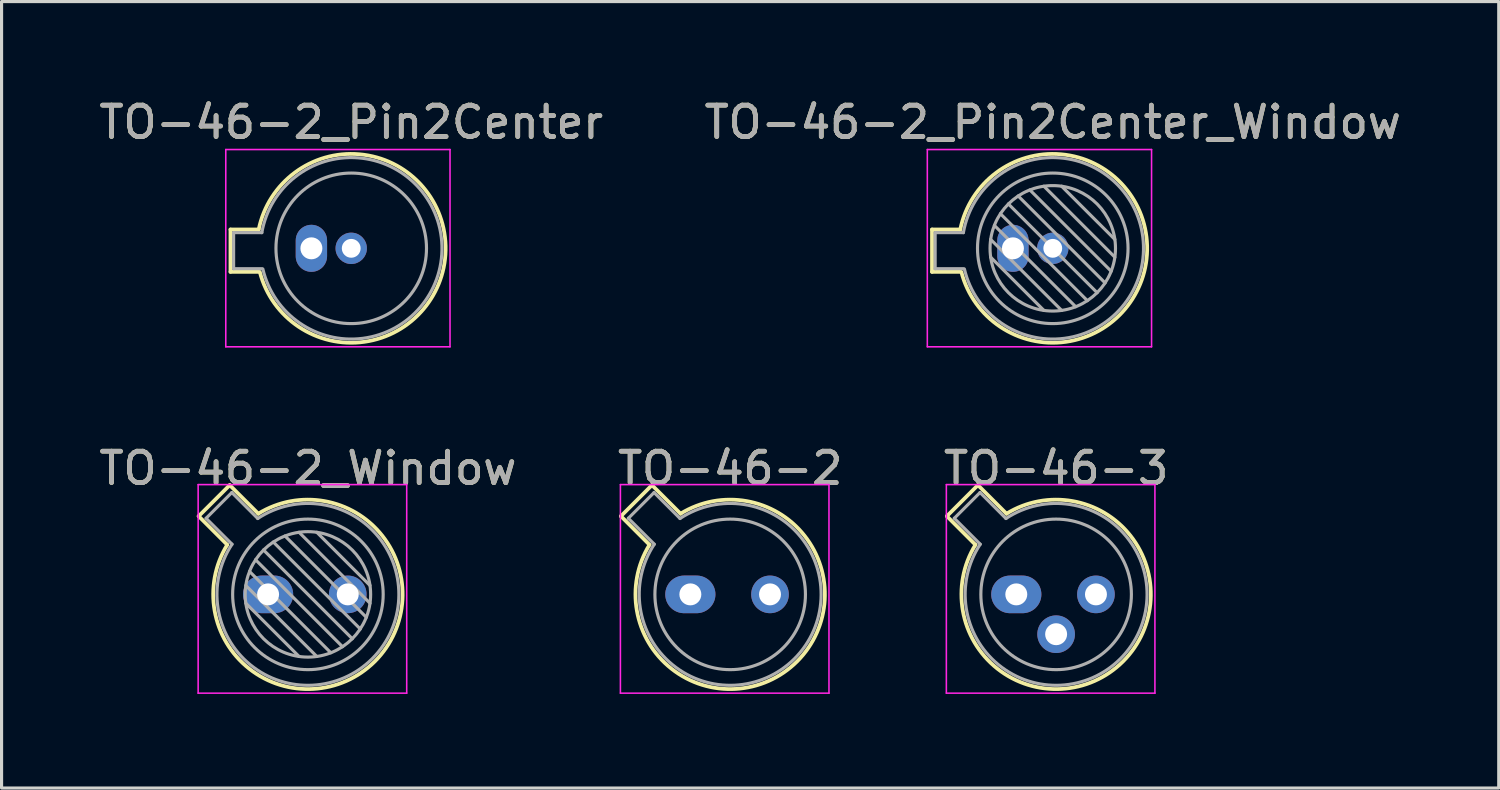
<source format=kicad_pcb>
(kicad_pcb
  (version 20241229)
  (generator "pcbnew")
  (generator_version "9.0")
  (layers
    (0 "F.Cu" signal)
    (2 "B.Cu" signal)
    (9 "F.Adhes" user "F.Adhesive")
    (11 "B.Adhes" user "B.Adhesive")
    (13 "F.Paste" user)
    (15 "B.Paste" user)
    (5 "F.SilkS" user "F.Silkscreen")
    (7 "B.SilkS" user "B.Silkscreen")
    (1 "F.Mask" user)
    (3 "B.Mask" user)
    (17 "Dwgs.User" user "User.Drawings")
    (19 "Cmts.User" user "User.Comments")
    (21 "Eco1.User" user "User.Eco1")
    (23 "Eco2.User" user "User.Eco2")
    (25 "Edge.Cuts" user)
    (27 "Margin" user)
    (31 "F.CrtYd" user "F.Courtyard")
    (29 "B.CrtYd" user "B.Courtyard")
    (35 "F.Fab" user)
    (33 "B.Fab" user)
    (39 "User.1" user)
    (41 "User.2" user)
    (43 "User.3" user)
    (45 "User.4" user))
  (footprint "TO-46-2"
    (layer "F.Cu")
    (at 18.962 15.902)
    (property "Reference" "TO-46-2" (at 1.27 -4.02 0) (layer "F.SilkS") (effects (font (size 1 1) (thickness 0.15))))
    (attr through_hole)
    (fp_line (start -2.214 -2.494) (end -1.302 -1.582) (stroke (width 0.12) (type solid)) (layer "F.SilkS"))
    (fp_line (start -1.224 -3.484) (end -2.214 -2.494) (stroke (width 0.12) (type solid)) (layer "F.SilkS"))
    (fp_line (start -0.312 -2.572) (end -1.224 -3.484) (stroke (width 0.12) (type solid)) (layer "F.SilkS"))
    (fp_arc (start -0.312331 -2.572281) (mid 3.405374 2.135551) (end -1.30215 -1.582544) (stroke (width 0.12) (type solid)) (layer "F.SilkS"))
    (fp_line (start -2.23 -3.5) (end -2.23 3.15) (stroke (width 0.05) (type solid)) (layer "F.CrtYd"))
    (fp_line (start -2.23 3.15) (end 4.42 3.15) (stroke (width 0.05) (type solid)) (layer "F.CrtYd"))
    (fp_line (start 4.42 -3.5) (end -2.23 -3.5) (stroke (width 0.05) (type solid)) (layer "F.CrtYd"))
    (fp_line (start 4.42 3.15) (end 4.42 -3.5) (stroke (width 0.05) (type solid)) (layer "F.CrtYd"))
    (fp_line (start -1.977 -2.426) (end -1.149 -1.599) (stroke (width 0.1) (type solid)) (layer "F.Fab"))
    (fp_line (start -1.156 -3.247) (end -1.977 -2.426) (stroke (width 0.1) (type solid)) (layer "F.Fab"))
    (fp_line (start -0.329 -2.419) (end -1.156 -3.247) (stroke (width 0.1) (type solid)) (layer "F.Fab"))
    (fp_arc (start -0.329057 -2.419301) (mid 3.321076 2.050143) (end -1.150029 -1.597956) (stroke (width 0.1) (type solid)) (layer "F.Fab"))
    (fp_circle (center 1.27 0) (end 3.67 0) (stroke (width 0.1) (type solid)) (fill no) (layer "F.Fab"))
    (fp_text user "${REFERENCE}" (at 1.27 -4.02 0) (layer "F.Fab") (effects (font (size 1 1) (thickness 0.15))))
    (pad "1" thru_hole oval (at 0 0) (size 1.6 1.2) (drill 0.7) (layers "*.Cu" "*.Mask"))
    (pad "2" thru_hole oval (at 2.54 0) (size 1.2 1.2) (drill 0.7) (layers "*.Cu" "*.Mask")))
  (footprint "TO-46-2_Pin2Center_Window"
    (layer "F.Cu")
    (at 29.248 4.868)
    (property "Reference" "TO-46-2_Pin2Center_Window" (at 1.27 -4.02 0) (layer "F.SilkS") (effects (font (size 1 1) (thickness 0.15))))
    (attr through_hole)
    (fp_line (start -2.58 -0.6) (end -2.58 0.75) (stroke (width 0.12) (type solid)) (layer "F.SilkS"))
    (fp_line (start -2.58 0.75) (end -1.68 0.75) (stroke (width 0.12) (type solid)) (layer "F.SilkS"))
    (fp_line (start -1.68 -0.6) (end -2.58 -0.6) (stroke (width 0.12) (type solid)) (layer "F.SilkS"))
    (fp_arc (start -1.68 -0.6) (mid 4.279362 -0.078983) (end -1.644465 0.753918) (stroke (width 0.12) (type solid)) (layer "F.SilkS"))
    (fp_line (start -2.73 -3.15) (end -2.73 3.14) (stroke (width 0.05) (type solid)) (layer "F.CrtYd"))
    (fp_line (start -2.73 -3.15) (end 4.42 -3.15) (stroke (width 0.05) (type solid)) (layer "F.CrtYd"))
    (fp_line (start 4.42 3.14) (end -2.73 3.14) (stroke (width 0.05) (type solid)) (layer "F.CrtYd"))
    (fp_line (start 4.42 3.14) (end 4.42 -3.15) (stroke (width 0.05) (type solid)) (layer "F.CrtYd"))
    (fp_line (start -2.48 -0.5) (end -2.48 0.65) (stroke (width 0.1) (type solid)) (layer "F.Fab"))
    (fp_line (start -2.48 0.65) (end -1.58 0.65) (stroke (width 0.1) (type solid)) (layer "F.Fab"))
    (fp_line (start -1.58 -0.5) (end -2.48 -0.5) (stroke (width 0.1) (type solid)) (layer "F.Fab"))
    (fp_line (start -0.71 -0.283) (end 1.553 1.98) (stroke (width 0.1) (type solid)) (layer "F.Fab"))
    (fp_line (start -0.71 0.283) (end 0.987 1.98) (stroke (width 0.1) (type solid)) (layer "F.Fab"))
    (fp_line (start -0.592 -0.731) (end 2.001 1.862) (stroke (width 0.1) (type solid)) (layer "F.Fab"))
    (fp_line (start -0.399 -1.103) (end 2.373 1.669) (stroke (width 0.1) (type solid)) (layer "F.Fab"))
    (fp_line (start -0.145 -1.415) (end 2.685 1.415) (stroke (width 0.1) (type solid)) (layer "F.Fab"))
    (fp_line (start 0.167 -1.669) (end 2.939 1.103) (stroke (width 0.1) (type solid)) (layer "F.Fab"))
    (fp_line (start 0.539 -1.862) (end 3.132 0.731) (stroke (width 0.1) (type solid)) (layer "F.Fab"))
    (fp_line (start 0.987 -1.98) (end 3.25 0.283) (stroke (width 0.1) (type solid)) (layer "F.Fab"))
    (fp_line (start 1.553 -1.98) (end 3.25 -0.283) (stroke (width 0.1) (type solid)) (layer "F.Fab"))
    (fp_arc (start -1.58 -0.5) (mid 4.1624 -0.08076) (end -1.54766 0.65825) (stroke (width 0.1) (type solid)) (layer "F.Fab"))
    (fp_circle (center 1.27 0) (end 3.27 0) (stroke (width 0.1) (type solid)) (fill no) (layer "F.Fab"))
    (fp_circle (center 1.27 0) (end 3.67 0) (stroke (width 0.1) (type solid)) (fill no) (layer "F.Fab"))
    (fp_text user "${REFERENCE}" (at 1.27 -4.02 0) (layer "F.Fab") (effects (font (size 1 1) (thickness 0.15))))
    (pad "1" thru_hole oval (at 0 0 90) (size 1.5 1) (drill 0.7) (layers "*.Cu" "*.Mask"))
    (pad "2" thru_hole oval (at 1.27 0) (size 1 1) (drill 0.6) (layers "*.Cu" "*.Mask")))
  (footprint "TO-46-2_Window"
    (layer "F.Cu")
    (at 5.498 15.902)
    (property "Reference" "TO-46-2_Window" (at 1.27 -4.02 0) (layer "F.SilkS") (effects (font (size 1 1) (thickness 0.15))))
    (attr through_hole)
    (fp_line (start -2.214 -2.494) (end -1.302 -1.582) (stroke (width 0.12) (type solid)) (layer "F.SilkS"))
    (fp_line (start -1.224 -3.484) (end -2.214 -2.494) (stroke (width 0.12) (type solid)) (layer "F.SilkS"))
    (fp_line (start -0.312 -2.572) (end -1.224 -3.484) (stroke (width 0.12) (type solid)) (layer "F.SilkS"))
    (fp_arc (start -0.312331 -2.572281) (mid 3.405374 2.135551) (end -1.30215 -1.582544) (stroke (width 0.12) (type solid)) (layer "F.SilkS"))
    (fp_line (start -2.23 -3.5) (end -2.23 3.15) (stroke (width 0.05) (type solid)) (layer "F.CrtYd"))
    (fp_line (start -2.23 3.15) (end 4.42 3.15) (stroke (width 0.05) (type solid)) (layer "F.CrtYd"))
    (fp_line (start 4.42 -3.5) (end -2.23 -3.5) (stroke (width 0.05) (type solid)) (layer "F.CrtYd"))
    (fp_line (start 4.42 3.15) (end 4.42 -3.5) (stroke (width 0.05) (type solid)) (layer "F.CrtYd"))
    (fp_line (start -1.977 -2.426) (end -1.149 -1.599) (stroke (width 0.1) (type solid)) (layer "F.Fab"))
    (fp_line (start -1.156 -3.247) (end -1.977 -2.426) (stroke (width 0.1) (type solid)) (layer "F.Fab"))
    (fp_line (start -0.71 -0.283) (end 1.553 1.98) (stroke (width 0.1) (type solid)) (layer "F.Fab"))
    (fp_line (start -0.71 0.283) (end 0.987 1.98) (stroke (width 0.1) (type solid)) (layer "F.Fab"))
    (fp_line (start -0.592 -0.731) (end 2.001 1.862) (stroke (width 0.1) (type solid)) (layer "F.Fab"))
    (fp_line (start -0.399 -1.103) (end 2.373 1.669) (stroke (width 0.1) (type solid)) (layer "F.Fab"))
    (fp_line (start -0.329 -2.419) (end -1.156 -3.247) (stroke (width 0.1) (type solid)) (layer "F.Fab"))
    (fp_line (start -0.145 -1.415) (end 2.685 1.415) (stroke (width 0.1) (type solid)) (layer "F.Fab"))
    (fp_line (start 0.167 -1.669) (end 2.939 1.103) (stroke (width 0.1) (type solid)) (layer "F.Fab"))
    (fp_line (start 0.539 -1.862) (end 3.132 0.731) (stroke (width 0.1) (type solid)) (layer "F.Fab"))
    (fp_line (start 0.987 -1.98) (end 3.25 0.283) (stroke (width 0.1) (type solid)) (layer "F.Fab"))
    (fp_line (start 1.553 -1.98) (end 3.25 -0.283) (stroke (width 0.1) (type solid)) (layer "F.Fab"))
    (fp_arc (start -0.329057 -2.419301) (mid 3.321076 2.050143) (end -1.150029 -1.597956) (stroke (width 0.1) (type solid)) (layer "F.Fab"))
    (fp_circle (center 1.27 0) (end 3.27 0) (stroke (width 0.1) (type solid)) (fill no) (layer "F.Fab"))
    (fp_circle (center 1.27 0) (end 3.67 0) (stroke (width 0.1) (type solid)) (fill no) (layer "F.Fab"))
    (fp_text user "${REFERENCE}" (at 1.27 -4.02 0) (layer "F.Fab") (effects (font (size 1 1) (thickness 0.15))))
    (pad "1" thru_hole oval (at 0 0) (size 1.6 1.2) (drill 0.7) (layers "*.Cu" "*.Mask"))
    (pad "2" thru_hole oval (at 2.54 0) (size 1.2 1.2) (drill 0.7) (layers "*.Cu" "*.Mask")))
  (footprint "TO-46-3"
    (layer "F.Cu")
    (at 29.355 15.902)
    (property "Reference" "TO-46-3" (at 1.27 -4.02 0) (layer "F.SilkS") (effects (font (size 1 1) (thickness 0.15))))
    (attr through_hole)
    (fp_line (start -2.214 -2.494) (end -1.302 -1.582) (stroke (width 0.12) (type solid)) (layer "F.SilkS"))
    (fp_line (start -1.224 -3.484) (end -2.214 -2.494) (stroke (width 0.12) (type solid)) (layer "F.SilkS"))
    (fp_line (start -0.312 -2.572) (end -1.224 -3.484) (stroke (width 0.12) (type solid)) (layer "F.SilkS"))
    (fp_arc (start -0.312331 -2.572281) (mid 3.405374 2.135551) (end -1.30215 -1.582544) (stroke (width 0.12) (type solid)) (layer "F.SilkS"))
    (fp_line (start -2.23 -3.5) (end -2.23 3.15) (stroke (width 0.05) (type solid)) (layer "F.CrtYd"))
    (fp_line (start -2.23 3.15) (end 4.42 3.15) (stroke (width 0.05) (type solid)) (layer "F.CrtYd"))
    (fp_line (start 4.42 -3.5) (end -2.23 -3.5) (stroke (width 0.05) (type solid)) (layer "F.CrtYd"))
    (fp_line (start 4.42 3.15) (end 4.42 -3.5) (stroke (width 0.05) (type solid)) (layer "F.CrtYd"))
    (fp_line (start -1.977 -2.426) (end -1.149 -1.599) (stroke (width 0.1) (type solid)) (layer "F.Fab"))
    (fp_line (start -1.156 -3.247) (end -1.977 -2.426) (stroke (width 0.1) (type solid)) (layer "F.Fab"))
    (fp_line (start -0.329 -2.419) (end -1.156 -3.247) (stroke (width 0.1) (type solid)) (layer "F.Fab"))
    (fp_arc (start -0.329057 -2.419301) (mid 3.321076 2.050143) (end -1.150029 -1.597956) (stroke (width 0.1) (type solid)) (layer "F.Fab"))
    (fp_circle (center 1.27 0) (end 3.67 0) (stroke (width 0.1) (type solid)) (fill no) (layer "F.Fab"))
    (fp_text user "${REFERENCE}" (at 1.27 -4.02 0) (layer "F.Fab") (effects (font (size 1 1) (thickness 0.15))))
    (pad "1" thru_hole oval (at 0 0) (size 1.6 1.2) (drill 0.7) (layers "*.Cu" "*.Mask"))
    (pad "2" thru_hole oval (at 1.27 1.27) (size 1.2 1.2) (drill 0.7) (layers "*.Cu" "*.Mask"))
    (pad "3" thru_hole oval (at 2.54 0) (size 1.2 1.2) (drill 0.7) (layers "*.Cu" "*.Mask")))
  (footprint "TO-46-2_Pin2Center"
    (layer "F.Cu")
    (at 6.879 4.868)
    (property "Reference" "TO-46-2_Pin2Center" (at 1.27 -4.02 0) (layer "F.SilkS") (effects (font (size 1 1) (thickness 0.15))))
    (attr through_hole)
    (fp_line (start -2.58 -0.6) (end -2.58 0.75) (stroke (width 0.12) (type solid)) (layer "F.SilkS"))
    (fp_line (start -2.58 0.75) (end -1.68 0.75) (stroke (width 0.12) (type solid)) (layer "F.SilkS"))
    (fp_line (start -1.68 -0.6) (end -2.58 -0.6) (stroke (width 0.12) (type solid)) (layer "F.SilkS"))
    (fp_arc (start -1.68 -0.6) (mid 4.279362 -0.078983) (end -1.644465 0.753918) (stroke (width 0.12) (type solid)) (layer "F.SilkS"))
    (fp_line (start -2.73 -3.15) (end -2.73 3.14) (stroke (width 0.05) (type solid)) (layer "F.CrtYd"))
    (fp_line (start -2.73 -3.15) (end 4.42 -3.15) (stroke (width 0.05) (type solid)) (layer "F.CrtYd"))
    (fp_line (start 4.42 3.14) (end -2.73 3.14) (stroke (width 0.05) (type solid)) (layer "F.CrtYd"))
    (fp_line (start 4.42 3.14) (end 4.42 -3.15) (stroke (width 0.05) (type solid)) (layer "F.CrtYd"))
    (fp_line (start -2.48 -0.5) (end -2.48 0.65) (stroke (width 0.1) (type solid)) (layer "F.Fab"))
    (fp_line (start -2.48 0.65) (end -1.58 0.65) (stroke (width 0.1) (type solid)) (layer "F.Fab"))
    (fp_line (start -1.58 -0.5) (end -2.48 -0.5) (stroke (width 0.1) (type solid)) (layer "F.Fab"))
    (fp_arc (start -1.58 -0.5) (mid 4.1624 -0.08076) (end -1.54766 0.65825) (stroke (width 0.1) (type solid)) (layer "F.Fab"))
    (fp_circle (center 1.27 0) (end 3.67 0) (stroke (width 0.1) (type solid)) (fill no) (layer "F.Fab"))
    (fp_text user "${REFERENCE}" (at 1.27 -4.02 0) (layer "F.Fab") (effects (font (size 1 1) (thickness 0.15))))
    (pad "1" thru_hole oval (at 0 0 90) (size 1.5 1) (drill 0.7) (layers "*.Cu" "*.Mask"))
    (pad "2" thru_hole oval (at 1.27 0) (size 1 1) (drill 0.6) (layers "*.Cu" "*.Mask")))
  (gr_rect
    (start -3 -3)
    (end 44.738 22.076)
    (stroke (width 0.1) (type default))
    (fill no)
    (layer "Edge.Cuts")))
</source>
